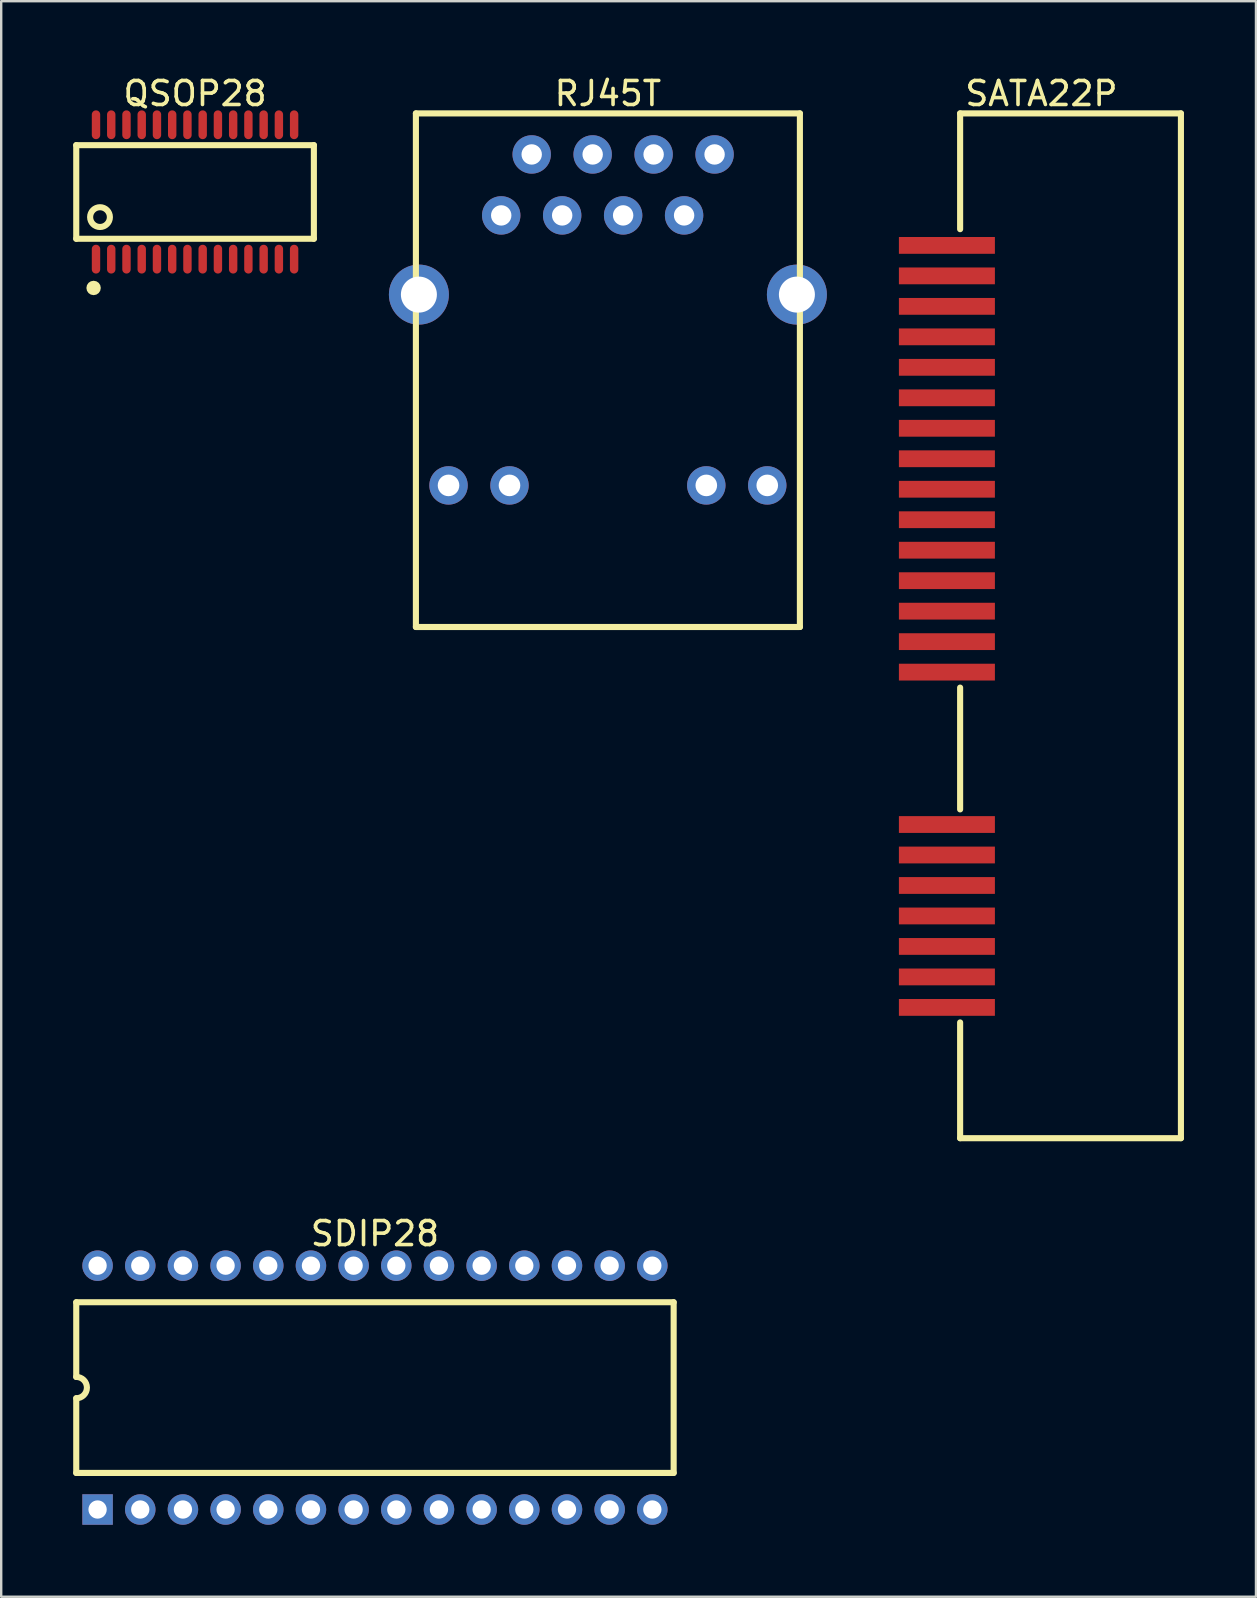
<source format=kicad_pcb>
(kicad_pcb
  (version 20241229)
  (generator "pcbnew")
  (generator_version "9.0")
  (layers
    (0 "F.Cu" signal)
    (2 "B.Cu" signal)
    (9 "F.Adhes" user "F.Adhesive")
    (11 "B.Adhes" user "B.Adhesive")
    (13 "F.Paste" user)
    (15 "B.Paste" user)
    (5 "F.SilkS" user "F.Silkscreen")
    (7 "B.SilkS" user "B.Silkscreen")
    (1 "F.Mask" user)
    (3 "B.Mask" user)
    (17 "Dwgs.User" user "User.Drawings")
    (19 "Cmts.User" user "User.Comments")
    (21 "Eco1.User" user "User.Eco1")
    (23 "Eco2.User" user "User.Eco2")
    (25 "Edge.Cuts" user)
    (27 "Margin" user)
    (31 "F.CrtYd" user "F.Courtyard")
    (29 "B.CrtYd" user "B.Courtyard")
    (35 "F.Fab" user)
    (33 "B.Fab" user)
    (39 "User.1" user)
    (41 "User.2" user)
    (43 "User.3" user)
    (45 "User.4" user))
  (footprint "RJ45T"
    (layer "F.Cu")
    (at 17.834 5.925)
    (property "Reference" "RJ45T" (at 4.445 -5.077 0) (layer "F.SilkS") (effects (font (size 1 1) (thickness 0.15))))
    (fp_line (start -3.555 -4.25) (end 12.445 -4.25) (stroke (width 0.254) (type solid)) (layer "F.SilkS"))
    (fp_line (start -3.555 17.15) (end -3.555 -4.25) (stroke (width 0.254) (type solid)) (layer "F.SilkS"))
    (fp_line (start -3.555 17.15) (end 12.445 17.15) (stroke (width 0.254) (type solid)) (layer "F.SilkS"))
    (fp_line (start 12.445 17.15) (end 12.445 -4.25) (stroke (width 0.254) (type solid)) (layer "F.SilkS"))
    (fp_circle (center -1.27 6.35) (end -1.27 4.725) (stroke (width 0.254) (type solid)) (fill no) (layer "User.1"))
    (fp_circle (center 10.16 6.35) (end 10.16 4.725) (stroke (width 0.254) (type solid)) (fill no) (layer "User.1"))
    (pad "1" thru_hole circle (at 0 0 180) (size 1.6 1.6) (drill 0.85) (layers "*.Cu" "*.Mask"))
    (pad "2" thru_hole circle (at 1.27 -2.54 180) (size 1.6 1.6) (drill 0.85) (layers "*.Cu" "*.Mask"))
    (pad "3" thru_hole circle (at 2.54 0 180) (size 1.6 1.6) (drill 0.85) (layers "*.Cu" "*.Mask"))
    (pad "4" thru_hole circle (at 3.81 -2.54 180) (size 1.6 1.6) (drill 0.85) (layers "*.Cu" "*.Mask"))
    (pad "5" thru_hole circle (at 5.08 0 180) (size 1.6 1.6) (drill 0.85) (layers "*.Cu" "*.Mask"))
    (pad "6" thru_hole circle (at 6.35 -2.54 180) (size 1.6 1.6) (drill 0.85) (layers "*.Cu" "*.Mask"))
    (pad "7" thru_hole circle (at 7.62 0 180) (size 1.6 1.6) (drill 0.85) (layers "*.Cu" "*.Mask"))
    (pad "8" thru_hole circle (at 8.89 -2.54 180) (size 1.6 1.6) (drill 0.85) (layers "*.Cu" "*.Mask"))
    (pad "9" thru_hole circle (at -2.195 11.25 180) (size 1.6 1.6) (drill 0.9) (layers "*.Cu" "*.Mask"))
    (pad "10" thru_hole circle (at 0.345 11.25 180) (size 1.6 1.6) (drill 0.9) (layers "*.Cu" "*.Mask"))
    (pad "11" thru_hole circle (at 8.545 11.25 180) (size 1.6 1.6) (drill 0.9) (layers "*.Cu" "*.Mask"))
    (pad "12" thru_hole circle (at 11.085 11.25 180) (size 1.6 1.6) (drill 0.9) (layers "*.Cu" "*.Mask"))
    (pad "13" thru_hole circle (at -3.43 3.3 180) (size 2.5 2.5) (drill 1.5) (layers "*.Cu" "*.Mask"))
    (pad "14" thru_hole circle (at 12.32 3.3 180) (size 2.5 2.5) (drill 1.5) (layers "*.Cu" "*.Mask"))
    (zone (net_name "") (layers "F.Cu" "B.Cu") (hatch edge 0.5) (connect_pads) (min_thickness 0.25) (filled_areas_thickness no) (keepout (tracks not_allowed) (vias not_allowed) (pads not_allowed) (copperpour not_allowed) (footprints allowed)) (placement (enabled no)) (fill) (polygon (pts (xy 16.906 10.557) (xy 17.127 10.616) (xy 17.339 10.704) (xy 17.537 10.819) (xy 17.719 10.958) (xy 17.881 11.12) (xy 18.021 11.302) (xy 18.135 11.5) (xy 18.223 11.712) (xy 18.282 11.933) (xy 18.312 12.161) (xy 18.312 12.39) (xy 18.282 12.617) (xy 18.223 12.838) (xy 18.135 13.05) (xy 18.021 13.249) (xy 17.881 13.43) (xy 17.719 13.592) (xy 17.537 13.732) (xy 17.339 13.847) (xy 17.127 13.934) (xy 16.906 13.994) (xy 16.679 14.023) (xy 16.449 14.023) (xy 16.222 13.994) (xy 16.001 13.934) (xy 15.789 13.847) (xy 15.591 13.732) (xy 15.409 13.592) (xy 15.247 13.43) (xy 15.107 13.249) (xy 14.993 13.05) (xy 14.905 12.838) (xy 14.846 12.617) (xy 14.816 12.39) (xy 14.816 12.161) (xy 14.816 12.157) (xy 15.066 12.157) (xy 15.066 12.393) (xy 15.103 12.626) (xy 15.176 12.85) (xy 15.283 13.06) (xy 15.421 13.251) (xy 15.588 13.418) (xy 15.779 13.556) (xy 15.989 13.664) (xy 16.213 13.736) (xy 16.446 13.773) (xy 16.682 13.773) (xy 16.915 13.736) (xy 17.139 13.664) (xy 17.349 13.556) (xy 17.54 13.418) (xy 17.707 13.251) (xy 17.845 13.06) (xy 17.952 12.85) (xy 18.025 12.626) (xy 18.062 12.393) (xy 18.062 12.157) (xy 18.025 11.924) (xy 17.952 11.7) (xy 17.845 11.49) (xy 17.707 11.299) (xy 17.54 11.133) (xy 17.349 10.994) (xy 17.139 10.887) (xy 16.915 10.814) (xy 16.682 10.777) (xy 16.446 10.777) (xy 16.213 10.814) (xy 15.989 10.887) (xy 15.779 10.994) (xy 15.588 11.133) (xy 15.421 11.299) (xy 15.283 11.49) (xy 15.176 11.7) (xy 15.103 11.924) (xy 15.066 12.157) (xy 14.816 12.157) (xy 14.846 11.933) (xy 14.905 11.712) (xy 14.993 11.5) (xy 15.107 11.302) (xy 15.247 11.12) (xy 15.409 10.958) (xy 15.591 10.819) (xy 15.789 10.704) (xy 16.001 10.616) (xy 16.222 10.557) (xy 16.449 10.527) (xy 16.679 10.527))))
    (zone (net_name "") (layers "F.Cu" "B.Cu") (hatch edge 0.5) (connect_pads) (min_thickness 0.25) (filled_areas_thickness no) (keepout (tracks not_allowed) (vias not_allowed) (pads not_allowed) (copperpour not_allowed) (footprints allowed)) (placement (enabled no)) (fill) (polygon (pts (xy 28.336 10.557) (xy 28.557 10.616) (xy 28.769 10.704) (xy 28.967 10.819) (xy 29.149 10.958) (xy 29.311 11.12) (xy 29.451 11.302) (xy 29.565 11.5) (xy 29.653 11.712) (xy 29.712 11.933) (xy 29.742 12.161) (xy 29.742 12.39) (xy 29.712 12.617) (xy 29.653 12.838) (xy 29.565 13.05) (xy 29.451 13.249) (xy 29.311 13.43) (xy 29.149 13.592) (xy 28.967 13.732) (xy 28.769 13.847) (xy 28.557 13.934) (xy 28.336 13.994) (xy 28.109 14.023) (xy 27.879 14.023) (xy 27.652 13.994) (xy 27.431 13.934) (xy 27.219 13.847) (xy 27.021 13.732) (xy 26.839 13.592) (xy 26.677 13.43) (xy 26.537 13.249) (xy 26.423 13.05) (xy 26.335 12.838) (xy 26.276 12.617) (xy 26.246 12.39) (xy 26.246 12.161) (xy 26.246 12.157) (xy 26.496 12.157) (xy 26.496 12.393) (xy 26.533 12.626) (xy 26.606 12.85) (xy 26.713 13.06) (xy 26.851 13.251) (xy 27.018 13.418) (xy 27.209 13.556) (xy 27.419 13.664) (xy 27.643 13.736) (xy 27.876 13.773) (xy 28.112 13.773) (xy 28.345 13.736) (xy 28.569 13.664) (xy 28.779 13.556) (xy 28.97 13.418) (xy 29.137 13.251) (xy 29.275 13.06) (xy 29.382 12.85) (xy 29.455 12.626) (xy 29.492 12.393) (xy 29.492 12.157) (xy 29.455 11.924) (xy 29.382 11.7) (xy 29.275 11.49) (xy 29.137 11.299) (xy 28.97 11.133) (xy 28.779 10.994) (xy 28.569 10.887) (xy 28.345 10.814) (xy 28.112 10.777) (xy 27.876 10.777) (xy 27.643 10.814) (xy 27.419 10.887) (xy 27.209 10.994) (xy 27.018 11.133) (xy 26.851 11.299) (xy 26.713 11.49) (xy 26.606 11.7) (xy 26.533 11.924) (xy 26.496 12.157) (xy 26.246 12.157) (xy 26.276 11.933) (xy 26.335 11.712) (xy 26.423 11.5) (xy 26.537 11.302) (xy 26.677 11.12) (xy 26.839 10.958) (xy 27.021 10.819) (xy 27.219 10.704) (xy 27.431 10.616) (xy 27.652 10.557) (xy 27.879 10.527) (xy 28.109 10.527)))))
  (footprint "SDIP28"
    (layer "F.Cu")
    (at 1.016 59.846)
    (property "Reference" "SDIP28" (at 11.557 -11.495 0) (layer "F.SilkS") (effects (font (size 1 1) (thickness 0.15))))
    (fp_line (start -0.889 -8.636) (end 24.003 -8.636) (stroke (width 0.254) (type solid)) (layer "F.SilkS"))
    (fp_line (start -0.889 -5.524) (end -0.889 -8.636) (stroke (width 0.254) (type solid)) (layer "F.SilkS"))
    (fp_line (start -0.889 -1.524) (end -0.889 -4.636) (stroke (width 0.254) (type solid)) (layer "F.SilkS"))
    (fp_line (start -0.889 -1.524) (end 24.003 -1.524) (stroke (width 0.254) (type solid)) (layer "F.SilkS"))
    (fp_line (start 24.003 -1.524) (end 24.003 -8.636) (stroke (width 0.254) (type solid)) (layer "F.SilkS"))
    (fp_arc (start -0.889 -5.5245) (mid -0.4445 -5.08) (end -0.889 -4.6355) (stroke (width 0.254) (type solid)) (layer "F.SilkS"))
    (pad "1" thru_hole rect (at 0 0 90) (size 1.27 1.27) (drill 0.762) (layers "*.Cu" "*.Mask"))
    (pad "2" thru_hole circle (at 1.778 0 90) (size 1.27 1.27) (drill 0.762) (layers "*.Cu" "*.Mask"))
    (pad "3" thru_hole circle (at 3.556 0 90) (size 1.27 1.27) (drill 0.762) (layers "*.Cu" "*.Mask"))
    (pad "4" thru_hole circle (at 5.334 0 90) (size 1.27 1.27) (drill 0.762) (layers "*.Cu" "*.Mask"))
    (pad "5" thru_hole circle (at 7.112 0 90) (size 1.27 1.27) (drill 0.762) (layers "*.Cu" "*.Mask"))
    (pad "6" thru_hole circle (at 8.89 0 90) (size 1.27 1.27) (drill 0.762) (layers "*.Cu" "*.Mask"))
    (pad "7" thru_hole circle (at 10.668 0 90) (size 1.27 1.27) (drill 0.762) (layers "*.Cu" "*.Mask"))
    (pad "8" thru_hole circle (at 12.446 0 90) (size 1.27 1.27) (drill 0.762) (layers "*.Cu" "*.Mask"))
    (pad "9" thru_hole circle (at 14.224 0 90) (size 1.27 1.27) (drill 0.762) (layers "*.Cu" "*.Mask"))
    (pad "10" thru_hole circle (at 16.002 0 90) (size 1.27 1.27) (drill 0.762) (layers "*.Cu" "*.Mask"))
    (pad "11" thru_hole circle (at 17.78 0 90) (size 1.27 1.27) (drill 0.762) (layers "*.Cu" "*.Mask"))
    (pad "12" thru_hole circle (at 19.558 0 90) (size 1.27 1.27) (drill 0.762) (layers "*.Cu" "*.Mask"))
    (pad "13" thru_hole circle (at 21.336 0 90) (size 1.27 1.27) (drill 0.762) (layers "*.Cu" "*.Mask"))
    (pad "14" thru_hole circle (at 23.114 0 90) (size 1.27 1.27) (drill 0.762) (layers "*.Cu" "*.Mask"))
    (pad "15" thru_hole circle (at 23.114 -10.16 90) (size 1.27 1.27) (drill 0.762) (layers "*.Cu" "*.Mask"))
    (pad "16" thru_hole circle (at 21.336 -10.16 90) (size 1.27 1.27) (drill 0.762) (layers "*.Cu" "*.Mask"))
    (pad "17" thru_hole circle (at 19.558 -10.16 90) (size 1.27 1.27) (drill 0.762) (layers "*.Cu" "*.Mask"))
    (pad "18" thru_hole circle (at 17.78 -10.16 90) (size 1.27 1.27) (drill 0.762) (layers "*.Cu" "*.Mask"))
    (pad "19" thru_hole circle (at 16.002 -10.16 90) (size 1.27 1.27) (drill 0.762) (layers "*.Cu" "*.Mask"))
    (pad "20" thru_hole circle (at 14.224 -10.16 90) (size 1.27 1.27) (drill 0.762) (layers "*.Cu" "*.Mask"))
    (pad "21" thru_hole circle (at 12.446 -10.16 90) (size 1.27 1.27) (drill 0.762) (layers "*.Cu" "*.Mask"))
    (pad "22" thru_hole circle (at 10.668 -10.16 90) (size 1.27 1.27) (drill 0.762) (layers "*.Cu" "*.Mask"))
    (pad "23" thru_hole circle (at 8.89 -10.16 90) (size 1.27 1.27) (drill 0.762) (layers "*.Cu" "*.Mask"))
    (pad "24" thru_hole circle (at 7.112 -10.16 90) (size 1.27 1.27) (drill 0.762) (layers "*.Cu" "*.Mask"))
    (pad "25" thru_hole circle (at 5.334 -10.16 90) (size 1.27 1.27) (drill 0.762) (layers "*.Cu" "*.Mask"))
    (pad "26" thru_hole circle (at 3.556 -10.16 90) (size 1.27 1.27) (drill 0.762) (layers "*.Cu" "*.Mask"))
    (pad "27" thru_hole circle (at 1.778 -10.16 90) (size 1.27 1.27) (drill 0.762) (layers "*.Cu" "*.Mask"))
    (pad "28" thru_hole circle (at 0 -10.16 90) (size 1.27 1.27) (drill 0.762) (layers "*.Cu" "*.Mask")))
  (footprint "SATA22P"
    (layer "F.Cu")
    (at 36.404 7.175)
    (property "Reference" "SATA22P" (at 3.939 -6.327 0) (layer "F.SilkS") (effects (font (size 1 1) (thickness 0.15))))
    (fp_line (start 0.551 -5.5) (end 9.751 -5.5) (stroke (width 0.254) (type solid)) (layer "F.SilkS"))
    (fp_line (start 0.551 -0.676) (end 0.551 -5.5) (stroke (width 0.254) (type solid)) (layer "F.SilkS"))
    (fp_line (start 0.551 23.5) (end 0.551 18.425) (stroke (width 0.254) (type solid)) (layer "F.SilkS"))
    (fp_line (start 0.551 37.2) (end 0.551 32.376) (stroke (width 0.254) (type solid)) (layer "F.SilkS"))
    (fp_line (start 0.551 37.2) (end 9.751 37.2) (stroke (width 0.254) (type solid)) (layer "F.SilkS"))
    (fp_line (start 9.751 37.2) (end 9.751 -5.5) (stroke (width 0.254) (type solid)) (layer "F.SilkS"))
    (pad "1" smd rect (at 0 0) (size 4 0.7) (layers "F.Cu" "F.Mask" "F.Paste"))
    (pad "2" smd rect (at 0 1.27) (size 4 0.7) (layers "F.Cu" "F.Mask" "F.Paste"))
    (pad "3" smd rect (at 0 2.54) (size 4 0.7) (layers "F.Cu" "F.Mask" "F.Paste"))
    (pad "4" smd rect (at 0 3.81) (size 4 0.7) (layers "F.Cu" "F.Mask" "F.Paste"))
    (pad "5" smd rect (at 0 5.08) (size 4 0.7) (layers "F.Cu" "F.Mask" "F.Paste"))
    (pad "6" smd rect (at 0 6.35) (size 4 0.7) (layers "F.Cu" "F.Mask" "F.Paste"))
    (pad "7" smd rect (at 0 7.62) (size 4 0.7) (layers "F.Cu" "F.Mask" "F.Paste"))
    (pad "8" smd rect (at 0 8.89) (size 4 0.7) (layers "F.Cu" "F.Mask" "F.Paste"))
    (pad "9" smd rect (at 0 10.16) (size 4 0.7) (layers "F.Cu" "F.Mask" "F.Paste"))
    (pad "10" smd rect (at 0 11.43) (size 4 0.7) (layers "F.Cu" "F.Mask" "F.Paste"))
    (pad "11" smd rect (at 0 12.7) (size 4 0.7) (layers "F.Cu" "F.Mask" "F.Paste"))
    (pad "12" smd rect (at 0 13.97) (size 4 0.7) (layers "F.Cu" "F.Mask" "F.Paste"))
    (pad "13" smd rect (at 0 15.24) (size 4 0.7) (layers "F.Cu" "F.Mask" "F.Paste"))
    (pad "14" smd rect (at 0 16.51) (size 4 0.7) (layers "F.Cu" "F.Mask" "F.Paste"))
    (pad "15" smd rect (at 0 17.78) (size 4 0.7) (layers "F.Cu" "F.Mask" "F.Paste"))
    (pad "16" smd rect (at 0 24.13) (size 4 0.7) (layers "F.Cu" "F.Mask" "F.Paste"))
    (pad "17" smd rect (at 0 25.4) (size 4 0.7) (layers "F.Cu" "F.Mask" "F.Paste"))
    (pad "18" smd rect (at 0 26.67) (size 4 0.7) (layers "F.Cu" "F.Mask" "F.Paste"))
    (pad "19" smd rect (at 0 27.94) (size 4 0.7) (layers "F.Cu" "F.Mask" "F.Paste"))
    (pad "20" smd rect (at 0 29.21) (size 4 0.7) (layers "F.Cu" "F.Mask" "F.Paste"))
    (pad "21" smd rect (at 0 30.48) (size 4 0.7) (layers "F.Cu" "F.Mask" "F.Paste"))
    (pad "22" smd rect (at 0 31.75) (size 4 0.7) (layers "F.Cu" "F.Mask" "F.Paste")))
  (footprint "QSOP28"
    (layer "F.Cu")
    (at 0.95 7.748)
    (property "Reference" "QSOP28" (at 4.128 -6.9 0) (layer "F.SilkS") (effects (font (size 1 1) (thickness 0.15))))
    (fp_line (start -0.823 -4.75) (end 9.078 -4.75) (stroke (width 0.254) (type solid)) (layer "F.SilkS"))
    (fp_line (start -0.823 -0.85) (end -0.823 -4.75) (stroke (width 0.254) (type solid)) (layer "F.SilkS"))
    (fp_line (start -0.823 -0.85) (end 9.078 -0.85) (stroke (width 0.254) (type solid)) (layer "F.SilkS"))
    (fp_line (start 9.078 -0.85) (end 9.078 -4.75) (stroke (width 0.254) (type solid)) (layer "F.SilkS"))
    (fp_circle (center -0.1 1.2) (end -0.1 1.05) (stroke (width 0.3) (type solid)) (fill no) (layer "F.SilkS"))
    (fp_circle (center 0.167 -1.752) (end 0.167 -2.164) (stroke (width 0.254) (type solid)) (fill no) (layer "F.SilkS"))
    (pad "1" smd oval (at 0 0) (size 0.35 1.2) (layers "F.Cu" "F.Mask" "F.Paste"))
    (pad "2" smd oval (at 0.635 0) (size 0.35 1.2) (layers "F.Cu" "F.Mask" "F.Paste"))
    (pad "3" smd oval (at 1.27 0) (size 0.35 1.2) (layers "F.Cu" "F.Mask" "F.Paste"))
    (pad "4" smd oval (at 1.905 0) (size 0.35 1.2) (layers "F.Cu" "F.Mask" "F.Paste"))
    (pad "5" smd oval (at 2.54 0) (size 0.35 1.2) (layers "F.Cu" "F.Mask" "F.Paste"))
    (pad "6" smd oval (at 3.175 0) (size 0.35 1.2) (layers "F.Cu" "F.Mask" "F.Paste"))
    (pad "7" smd oval (at 3.81 0) (size 0.35 1.2) (layers "F.Cu" "F.Mask" "F.Paste"))
    (pad "8" smd oval (at 4.445 0) (size 0.35 1.2) (layers "F.Cu" "F.Mask" "F.Paste"))
    (pad "9" smd oval (at 5.08 0) (size 0.35 1.2) (layers "F.Cu" "F.Mask" "F.Paste"))
    (pad "10" smd oval (at 5.715 0) (size 0.35 1.2) (layers "F.Cu" "F.Mask" "F.Paste"))
    (pad "11" smd oval (at 6.35 0) (size 0.35 1.2) (layers "F.Cu" "F.Mask" "F.Paste"))
    (pad "12" smd oval (at 6.985 0) (size 0.35 1.2) (layers "F.Cu" "F.Mask" "F.Paste"))
    (pad "13" smd oval (at 7.62 0) (size 0.35 1.2) (layers "F.Cu" "F.Mask" "F.Paste"))
    (pad "14" smd oval (at 8.255 0) (size 0.35 1.2) (layers "F.Cu" "F.Mask" "F.Paste"))
    (pad "15" smd oval (at 8.255 -5.6) (size 0.35 1.2) (layers "F.Cu" "F.Mask" "F.Paste"))
    (pad "16" smd oval (at 7.62 -5.6) (size 0.35 1.2) (layers "F.Cu" "F.Mask" "F.Paste"))
    (pad "17" smd oval (at 6.985 -5.6) (size 0.35 1.2) (layers "F.Cu" "F.Mask" "F.Paste"))
    (pad "18" smd oval (at 6.35 -5.6) (size 0.35 1.2) (layers "F.Cu" "F.Mask" "F.Paste"))
    (pad "19" smd oval (at 5.715 -5.6) (size 0.35 1.2) (layers "F.Cu" "F.Mask" "F.Paste"))
    (pad "20" smd oval (at 5.08 -5.6) (size 0.35 1.2) (layers "F.Cu" "F.Mask" "F.Paste"))
    (pad "21" smd oval (at 4.445 -5.6) (size 0.35 1.2) (layers "F.Cu" "F.Mask" "F.Paste"))
    (pad "22" smd oval (at 3.81 -5.6) (size 0.35 1.2) (layers "F.Cu" "F.Mask" "F.Paste"))
    (pad "23" smd oval (at 3.175 -5.6) (size 0.35 1.2) (layers "F.Cu" "F.Mask" "F.Paste"))
    (pad "24" smd oval (at 2.54 -5.6) (size 0.35 1.2) (layers "F.Cu" "F.Mask" "F.Paste"))
    (pad "25" smd oval (at 1.905 -5.6) (size 0.35 1.2) (layers "F.Cu" "F.Mask" "F.Paste"))
    (pad "26" smd oval (at 1.27 -5.6) (size 0.35 1.2) (layers "F.Cu" "F.Mask" "F.Paste"))
    (pad "27" smd oval (at 0.635 -5.6) (size 0.35 1.2) (layers "F.Cu" "F.Mask" "F.Paste"))
    (pad "28" smd oval (at 0 -5.6) (size 0.35 1.2) (layers "F.Cu" "F.Mask" "F.Paste")))
  (gr_rect
    (start -3 -3)
    (end 49.282 63.48)
    (stroke (width 0.1) (type default))
    (fill no)
    (layer "Edge.Cuts")))
</source>
